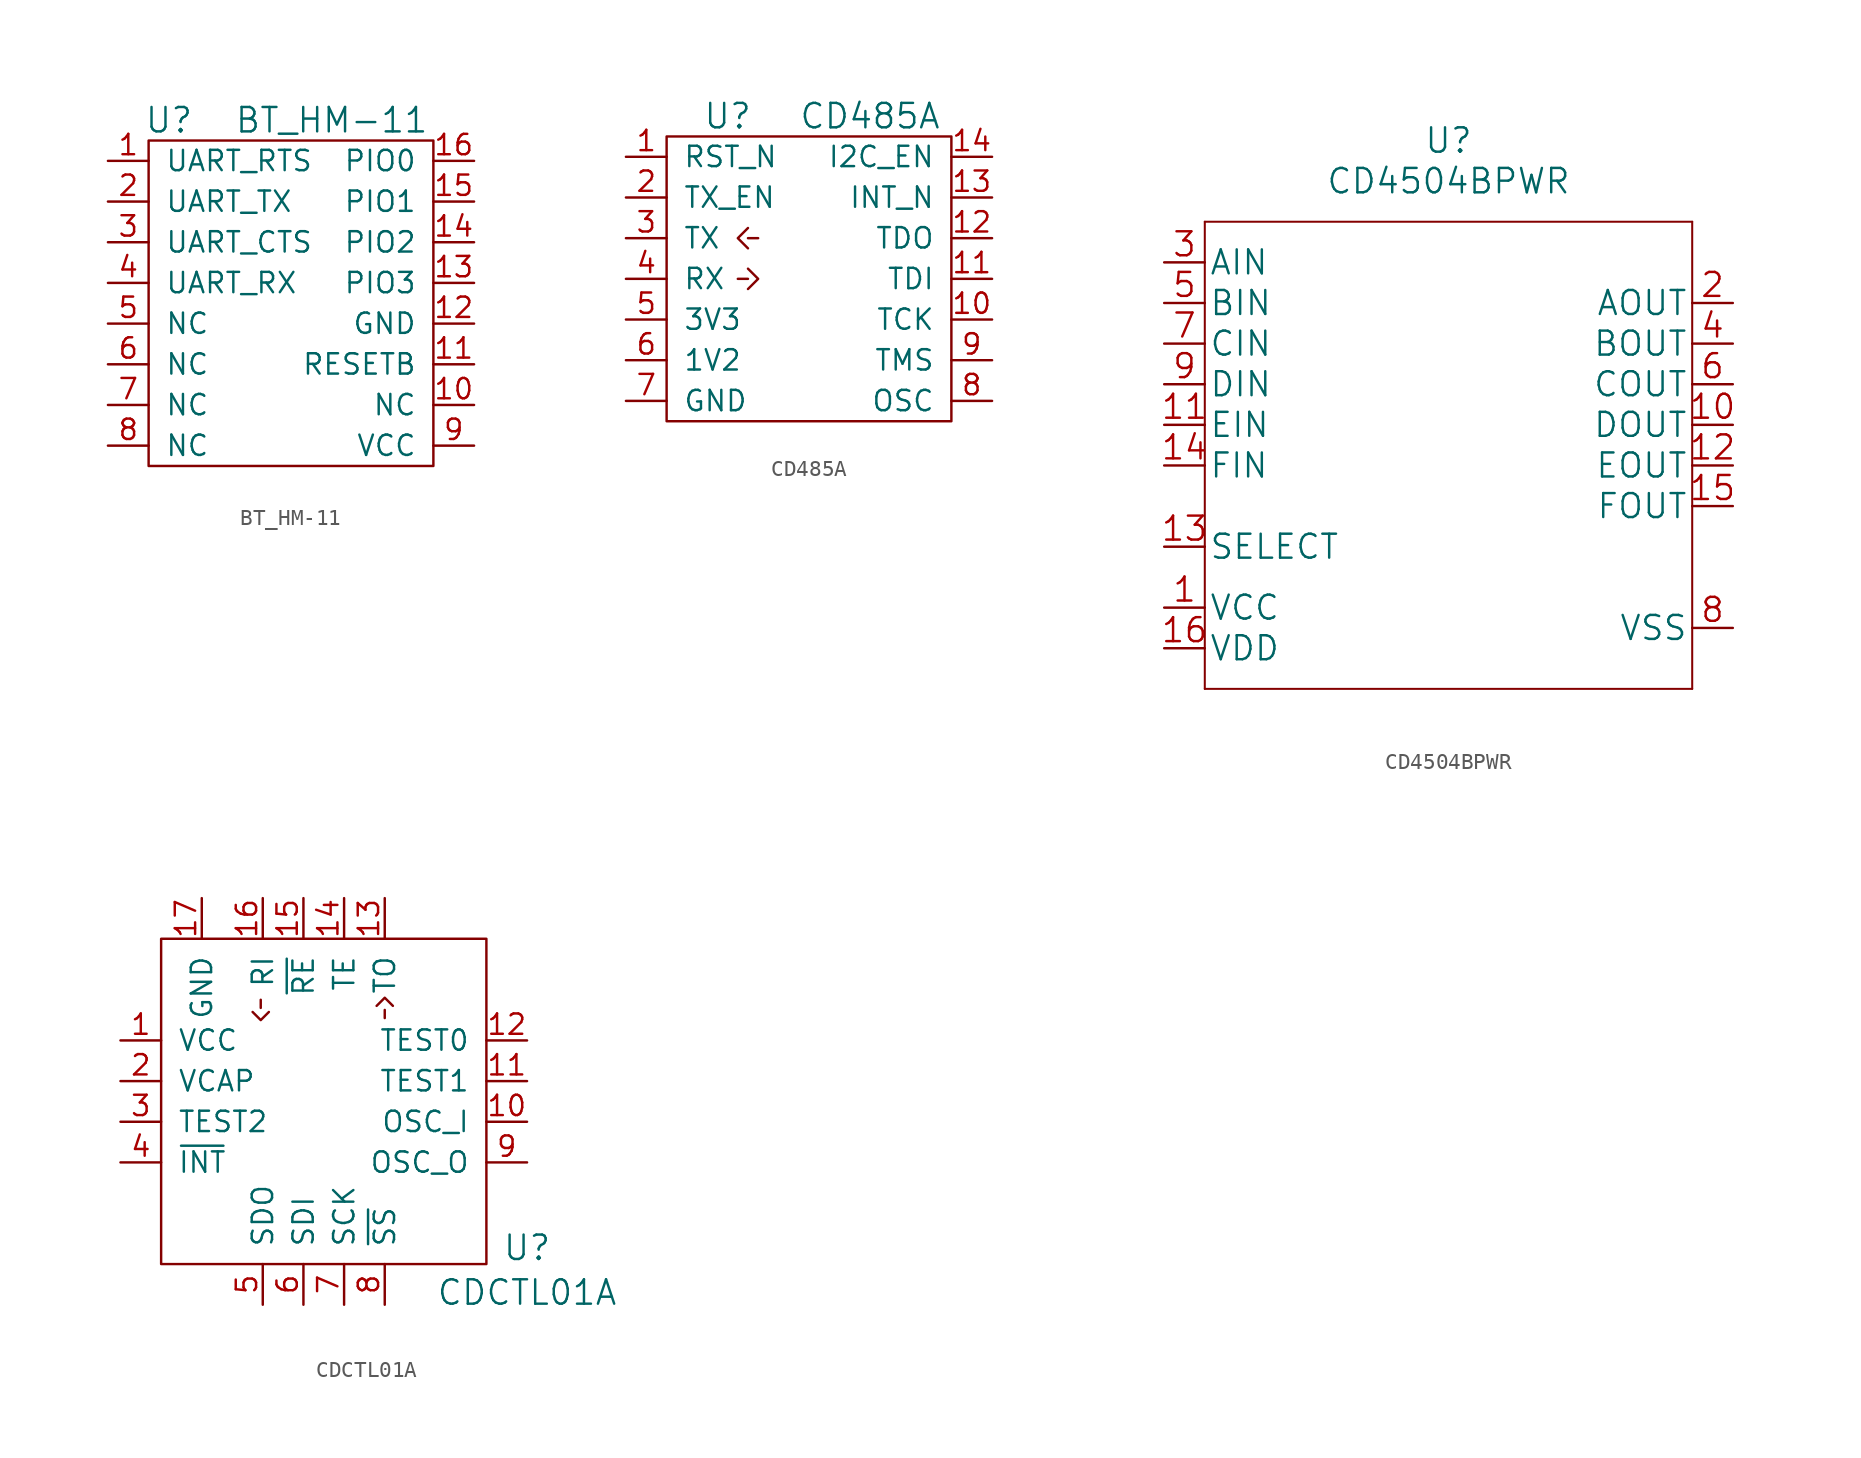
<source format=kicad_sym>
(kicad_symbol_lib
  (version 20220914)
  (generator kicad_symbol_editor)
  (symbol "BT_HM-11"
    (pin_names
      (offset 1.016))
    (property "Reference" "U"
      (at -7.62 11.43 0)
      (effects (font (size 1.524 1.524))))
    (property "Value" "BT_HM-11"
      (at 2.54 11.43 0)
      (effects (font (size 1.524 1.524))))
    (property "Footprint" ""
      (at -3.81 0 0)
      (effects (font (size 1.524 1.524))))
    (property "Datasheet" ""
      (at -3.81 0 0)
      (effects (font (size 1.524 1.524))))
    (symbol "BT_HM-11_0_1"
      (rectangle (start -8.89 10.16) (end 8.89 -10.16) (stroke (width 0) (type default)) (fill (type none))))
    (symbol "BT_HM-11_1_1"
      (pin input line (at -11.43 8.89 0) (length 2.54) (name "UART_RTS" (effects (font (size 1.27 1.27)))) (number "1" (effects (font (size 1.27 1.27)))))
      (pin input line (at 11.43 -6.35 180) (length 2.54) (name "NC" (effects (font (size 1.27 1.27)))) (number "10" (effects (font (size 1.27 1.27)))))
      (pin input line (at 11.43 -3.81 180) (length 2.54) (name "RESETB" (effects (font (size 1.27 1.27)))) (number "11" (effects (font (size 1.27 1.27)))))
      (pin input line (at 11.43 -1.27 180) (length 2.54) (name "GND" (effects (font (size 1.27 1.27)))) (number "12" (effects (font (size 1.27 1.27)))))
      (pin input line (at 11.43 1.27 180) (length 2.54) (name "PIO3" (effects (font (size 1.27 1.27)))) (number "13" (effects (font (size 1.27 1.27)))))
      (pin input line (at 11.43 3.81 180) (length 2.54) (name "PIO2" (effects (font (size 1.27 1.27)))) (number "14" (effects (font (size 1.27 1.27)))))
      (pin input line (at 11.43 6.35 180) (length 2.54) (name "PIO1" (effects (font (size 1.27 1.27)))) (number "15" (effects (font (size 1.27 1.27)))))
      (pin input line (at 11.43 8.89 180) (length 2.54) (name "PIO0" (effects (font (size 1.27 1.27)))) (number "16" (effects (font (size 1.27 1.27)))))
      (pin input line (at -11.43 6.35 0) (length 2.54) (name "UART_TX" (effects (font (size 1.27 1.27)))) (number "2" (effects (font (size 1.27 1.27)))))
      (pin input line (at -11.43 3.81 0) (length 2.54) (name "UART_CTS" (effects (font (size 1.27 1.27)))) (number "3" (effects (font (size 1.27 1.27)))))
      (pin input line (at -11.43 1.27 0) (length 2.54) (name "UART_RX" (effects (font (size 1.27 1.27)))) (number "4" (effects (font (size 1.27 1.27)))))
      (pin input line (at -11.43 -1.27 0) (length 2.54) (name "NC" (effects (font (size 1.27 1.27)))) (number "5" (effects (font (size 1.27 1.27)))))
      (pin input line (at -11.43 -3.81 0) (length 2.54) (name "NC" (effects (font (size 1.27 1.27)))) (number "6" (effects (font (size 1.27 1.27)))))
      (pin input line (at -11.43 -6.35 0) (length 2.54) (name "NC" (effects (font (size 1.27 1.27)))) (number "7" (effects (font (size 1.27 1.27)))))
      (pin input line (at -11.43 -8.89 0) (length 2.54) (name "NC" (effects (font (size 1.27 1.27)))) (number "8" (effects (font (size 1.27 1.27)))))
      (pin input line (at 11.43 -8.89 180) (length 2.54) (name "VCC" (effects (font (size 1.27 1.27)))) (number "9" (effects (font (size 1.27 1.27)))))))
  (symbol "CD485A"
    (pin_names
      (offset 1.016))
    (property "Reference" "U"
      (at -5.08 10.16 0)
      (effects (font (size 1.524 1.524))))
    (property "Value" "CD485A"
      (at 3.81 10.16 0)
      (effects (font (size 1.524 1.524))))
    (symbol "CD485A_0_1"
      (rectangle (start -8.89 8.89) (end 8.89 -8.89) (stroke (width 0) (type default)) (fill (type none)))
      (polyline (pts (xy -4.445 0) (xy -3.81 0)) (stroke (width 0) (type default)) (fill (type none)))
      (polyline (pts (xy -3.81 2.54) (xy -3.175 2.54)) (stroke (width 0) (type default)) (fill (type none)))
      (polyline (pts (xy -3.81 0.635) (xy -3.175 0) (xy -3.81 -0.635)) (stroke (width 0) (type default)) (fill (type none)))
      (polyline (pts (xy -3.81 3.175) (xy -4.445 2.54) (xy -3.81 1.905)) (stroke (width 0) (type default)) (fill (type none))))
    (symbol "CD485A_1_1"
      (pin passive line (at -11.43 7.62 0) (length 2.54) (name "RST_N" (effects (font (size 1.27 1.27)))) (number "1" (effects (font (size 1.27 1.27)))))
      (pin passive line (at 11.43 -2.54 180) (length 2.54) (name "TCK" (effects (font (size 1.27 1.27)))) (number "10" (effects (font (size 1.27 1.27)))))
      (pin passive line (at 11.43 0 180) (length 2.54) (name "TDI" (effects (font (size 1.27 1.27)))) (number "11" (effects (font (size 1.27 1.27)))))
      (pin passive line (at 11.43 2.54 180) (length 2.54) (name "TDO" (effects (font (size 1.27 1.27)))) (number "12" (effects (font (size 1.27 1.27)))))
      (pin passive line (at 11.43 5.08 180) (length 2.54) (name "INT_N" (effects (font (size 1.27 1.27)))) (number "13" (effects (font (size 1.27 1.27)))))
      (pin passive line (at 11.43 7.62 180) (length 2.54) (name "I2C_EN" (effects (font (size 1.27 1.27)))) (number "14" (effects (font (size 1.27 1.27)))))
      (pin passive line (at -11.43 5.08 0) (length 2.54) (name "TX_EN" (effects (font (size 1.27 1.27)))) (number "2" (effects (font (size 1.27 1.27)))))
      (pin passive line (at -11.43 2.54 0) (length 2.54) (name "TX" (effects (font (size 1.27 1.27)))) (number "3" (effects (font (size 1.27 1.27)))))
      (pin passive line (at -11.43 0 0) (length 2.54) (name "RX" (effects (font (size 1.27 1.27)))) (number "4" (effects (font (size 1.27 1.27)))))
      (pin passive line (at -11.43 -2.54 0) (length 2.54) (name "3V3" (effects (font (size 1.27 1.27)))) (number "5" (effects (font (size 1.27 1.27)))))
      (pin passive line (at -11.43 -5.08 0) (length 2.54) (name "1V2" (effects (font (size 1.27 1.27)))) (number "6" (effects (font (size 1.27 1.27)))))
      (pin passive line (at -11.43 -7.62 0) (length 2.54) (name "GND" (effects (font (size 1.27 1.27)))) (number "7" (effects (font (size 1.27 1.27)))))
      (pin passive line (at 11.43 -7.62 180) (length 2.54) (name "OSC" (effects (font (size 1.27 1.27)))) (number "8" (effects (font (size 1.27 1.27)))))
      (pin passive line (at 11.43 -5.08 180) (length 2.54) (name "TMS" (effects (font (size 1.27 1.27)))) (number "9" (effects (font (size 1.27 1.27)))))))
  (symbol "CD4504BPWR"
    (pin_names
      (offset 0.254))
    (property "Reference" "U"
      (at 0 19.05 0)
      (effects (font (size 1.524 1.524))))
    (property "Value" "CD4504BPWR"
      (at 0 16.51 0)
      (effects (font (size 1.524 1.524))))
    (property "Datasheet" ""
      (at -17.78 11.43 0)
      (effects (font (size 1.524 1.524))))
    (symbol "CD4504BPWR_1_0"
      (polyline (pts (xy -15.24 -15.24) (xy 15.24 -15.24)) (stroke (width 0.127) (type default)) (fill (type none)))
      (polyline (pts (xy -15.24 13.97) (xy -15.24 -15.24)) (stroke (width 0.127) (type default)) (fill (type none)))
      (polyline (pts (xy 15.24 -15.24) (xy 15.24 13.97)) (stroke (width 0.127) (type default)) (fill (type none)))
      (polyline (pts (xy 15.24 13.97) (xy -15.24 13.97)) (stroke (width 0.127) (type default)) (fill (type none)))
      (pin power_in line (at -17.78 -10.16 0) (length 2.54) (name "VCC" (effects (font (size 1.499 1.499)))) (number "1" (effects (font (size 1.499 1.499)))))
      (pin output line (at 17.78 1.27 180) (length 2.54) (name "DOUT" (effects (font (size 1.499 1.499)))) (number "10" (effects (font (size 1.499 1.499)))))
      (pin input line (at -17.78 1.27 0) (length 2.54) (name "EIN" (effects (font (size 1.499 1.499)))) (number "11" (effects (font (size 1.499 1.499)))))
      (pin output line (at 17.78 -1.27 180) (length 2.54) (name "EOUT" (effects (font (size 1.499 1.499)))) (number "12" (effects (font (size 1.499 1.499)))))
      (pin unspecified line (at -17.78 -6.35 0) (length 2.54) (name "SELECT" (effects (font (size 1.499 1.499)))) (number "13" (effects (font (size 1.499 1.499)))))
      (pin input line (at -17.78 -1.27 0) (length 2.54) (name "FIN" (effects (font (size 1.499 1.499)))) (number "14" (effects (font (size 1.499 1.499)))))
      (pin output line (at 17.78 -3.81 180) (length 2.54) (name "FOUT" (effects (font (size 1.499 1.499)))) (number "15" (effects (font (size 1.499 1.499)))))
      (pin power_in line (at -17.78 -12.7 0) (length 2.54) (name "VDD" (effects (font (size 1.499 1.499)))) (number "16" (effects (font (size 1.499 1.499)))))
      (pin output line (at 17.78 8.89 180) (length 2.54) (name "AOUT" (effects (font (size 1.499 1.499)))) (number "2" (effects (font (size 1.499 1.499)))))
      (pin input line (at -17.78 11.43 0) (length 2.54) (name "AIN" (effects (font (size 1.499 1.499)))) (number "3" (effects (font (size 1.499 1.499)))))
      (pin output line (at 17.78 6.35 180) (length 2.54) (name "BOUT" (effects (font (size 1.499 1.499)))) (number "4" (effects (font (size 1.499 1.499)))))
      (pin input line (at -17.78 8.89 0) (length 2.54) (name "BIN" (effects (font (size 1.499 1.499)))) (number "5" (effects (font (size 1.499 1.499)))))
      (pin output line (at 17.78 3.81 180) (length 2.54) (name "COUT" (effects (font (size 1.499 1.499)))) (number "6" (effects (font (size 1.499 1.499)))))
      (pin input line (at -17.78 6.35 0) (length 2.54) (name "CIN" (effects (font (size 1.499 1.499)))) (number "7" (effects (font (size 1.499 1.499)))))
      (pin power_in line (at 17.78 -11.43 180) (length 2.54) (name "VSS" (effects (font (size 1.499 1.499)))) (number "8" (effects (font (size 1.499 1.499)))))
      (pin input line (at -17.78 3.81 0) (length 2.54) (name "DIN" (effects (font (size 1.499 1.499)))) (number "9" (effects (font (size 1.499 1.499)))))))
  (symbol "CDCTL01A"
    (pin_names
      (offset 1.016))
    (property "Reference" "U"
      (at 12.7 -9.144 0)
      (effects (font (size 1.524 1.524))))
    (property "Value" "CDCTL01A"
      (at 12.7 -11.938 0)
      (effects (font (size 1.524 1.524))))
    (symbol "CDCTL01A_0_1"
      (rectangle (start -10.16 10.16) (end 10.16 -10.16) (stroke (width 0) (type default)) (fill (type none)))
      (polyline (pts (xy -3.937 5.842) (xy -3.937 6.35)) (stroke (width 0) (type default)) (fill (type none)))
      (polyline (pts (xy 3.81 5.207) (xy 3.81 5.715)) (stroke (width 0) (type default)) (fill (type none)))
      (polyline (pts (xy -4.445 5.588) (xy -3.937 5.08) (xy -3.429 5.588)) (stroke (width 0) (type default)) (fill (type none)))
      (polyline (pts (xy 3.302 5.969) (xy 3.81 6.477) (xy 4.318 5.969)) (stroke (width 0) (type default)) (fill (type none))))
    (symbol "CDCTL01A_1_1"
      (pin power_in line (at -12.7 3.81 0) (length 2.54) (name "VCC" (effects (font (size 1.27 1.27)))) (number "1" (effects (font (size 1.27 1.27)))))
      (pin input line (at 12.7 -1.27 180) (length 2.54) (name "OSC_I" (effects (font (size 1.27 1.27)))) (number "10" (effects (font (size 1.27 1.27)))))
      (pin input line (at 12.7 1.27 180) (length 2.54) (name "TEST1" (effects (font (size 1.27 1.27)))) (number "11" (effects (font (size 1.27 1.27)))))
      (pin input line (at 12.7 3.81 180) (length 2.54) (name "TEST0" (effects (font (size 1.27 1.27)))) (number "12" (effects (font (size 1.27 1.27)))))
      (pin output line (at 3.81 12.7 270) (length 2.54) (name "TO" (effects (font (size 1.27 1.27)))) (number "13" (effects (font (size 1.27 1.27)))))
      (pin output line (at 1.27 12.7 270) (length 2.54) (name "TE" (effects (font (size 1.27 1.27)))) (number "14" (effects (font (size 1.27 1.27)))))
      (pin output line (at -1.27 12.7 270) (length 2.54) (name "~{RE}" (effects (font (size 1.27 1.27)))) (number "15" (effects (font (size 1.27 1.27)))))
      (pin input line (at -3.81 12.7 270) (length 2.54) (name "RI" (effects (font (size 1.27 1.27)))) (number "16" (effects (font (size 1.27 1.27)))))
      (pin power_in line (at -7.62 12.7 270) (length 2.54) (name "GND" (effects (font (size 1.27 1.27)))) (number "17" (effects (font (size 1.27 1.27)))))
      (pin power_out line (at -12.7 1.27 0) (length 2.54) (name "VCAP" (effects (font (size 1.27 1.27)))) (number "2" (effects (font (size 1.27 1.27)))))
      (pin input line (at -12.7 -1.27 0) (length 2.54) (name "TEST2" (effects (font (size 1.27 1.27)))) (number "3" (effects (font (size 1.27 1.27)))))
      (pin open_collector line (at -12.7 -3.81 0) (length 2.54) (name "~{INT}" (effects (font (size 1.27 1.27)))) (number "4" (effects (font (size 1.27 1.27)))))
      (pin output line (at -3.81 -12.7 90) (length 2.54) (name "SDO" (effects (font (size 1.27 1.27)))) (number "5" (effects (font (size 1.27 1.27)))))
      (pin input line (at -1.27 -12.7 90) (length 2.54) (name "SDI" (effects (font (size 1.27 1.27)))) (number "6" (effects (font (size 1.27 1.27)))))
      (pin input line (at 1.27 -12.7 90) (length 2.54) (name "SCK" (effects (font (size 1.27 1.27)))) (number "7" (effects (font (size 1.27 1.27)))))
      (pin input line (at 3.81 -12.7 90) (length 2.54) (name "~{SS}" (effects (font (size 1.27 1.27)))) (number "8" (effects (font (size 1.27 1.27)))))
      (pin output line (at 12.7 -3.81 180) (length 2.54) (name "OSC_O" (effects (font (size 1.27 1.27)))) (number "9" (effects (font (size 1.27 1.27))))))))
</source>
